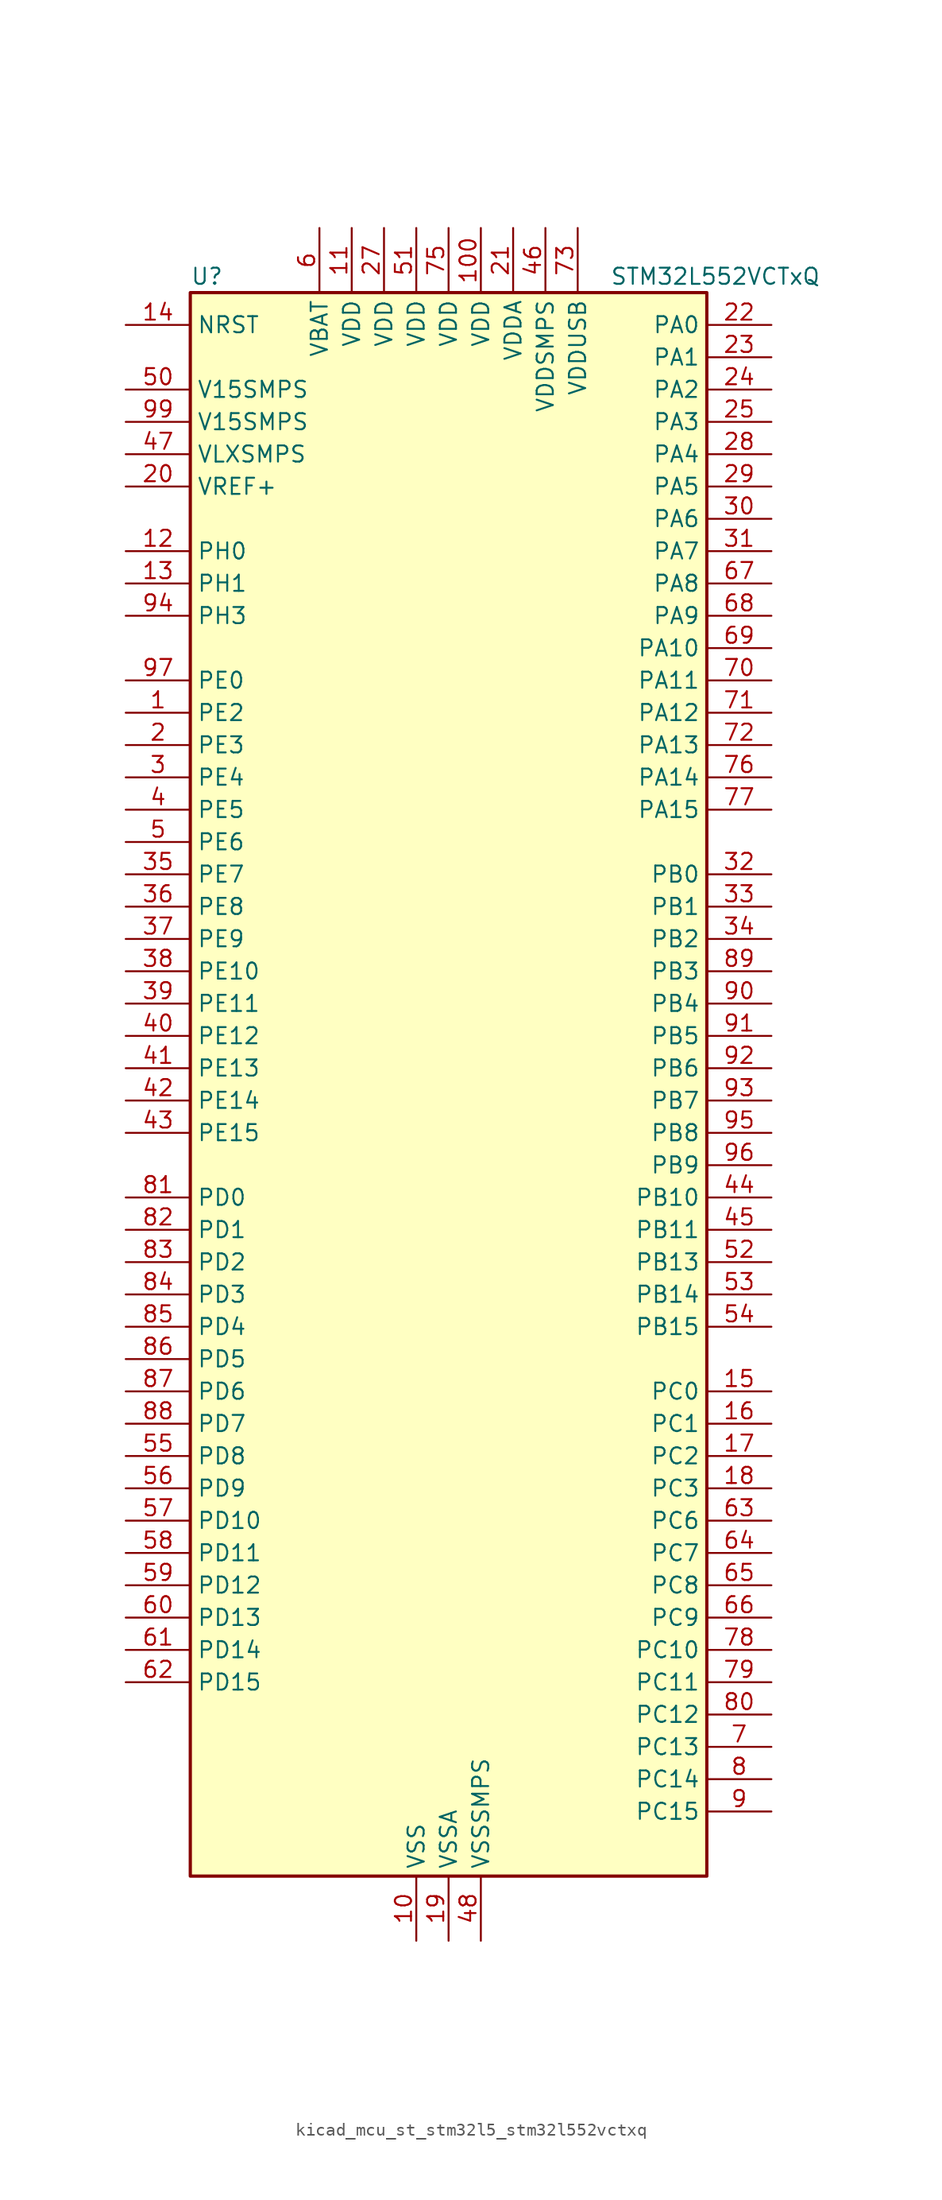
<source format=kicad_sym>
(kicad_symbol_lib
  (version 20220914)
  (generator kicad_symbol_editor)
  (symbol "kicad_mcu_st_stm32l5_stm32l552vctxq"
    (property "Reference" "U"
      (at -20.32 64.77 0)
      (effects (font (size 1.27 1.27)) (justify left)))
    (property "Value" "STM32L552VCTxQ"
      (at 12.7 64.77 0)
      (effects (font (size 1.27 1.27)) (justify left)))
    (property "ki_locked" ""
      (at 0 0 0)
      (effects (font (size 1.27 1.27))))
    (symbol "kicad_mcu_st_stm32l5_stm32l552vctxq_0_1"
      (rectangle (start -20.32 -60.96) (end 20.32 63.5) (stroke (width 0.254) (type default)) (fill (type background))))
    (symbol "kicad_mcu_st_stm32l5_stm32l552vctxq_1_1"
      (pin bidirectional line (at -25.4 30.48 0) (length 5.08) (name "PE2" (effects (font (size 1.27 1.27)))) (number "1" (effects (font (size 1.27 1.27)))) (alternate "DEBUG_TRACECLK" bidirectional line) (alternate "FMC_A23" bidirectional line) (alternate "SAI1_CK1" bidirectional line) (alternate "SAI1_MCLK_A" bidirectional line) (alternate "TIM3_ETR" bidirectional line) (alternate "TSC_G7_IO1" bidirectional line))
      (pin power_in line (at -2.54 -66.04 90) (length 5.08) (name "VSS" (effects (font (size 1.27 1.27)))) (number "10" (effects (font (size 1.27 1.27)))))
      (pin power_in line (at 2.54 68.58 270) (length 5.08) (name "VDD" (effects (font (size 1.27 1.27)))) (number "100" (effects (font (size 1.27 1.27)))))
      (pin power_in line (at -7.62 68.58 270) (length 5.08) (name "VDD" (effects (font (size 1.27 1.27)))) (number "11" (effects (font (size 1.27 1.27)))))
      (pin bidirectional line (at -25.4 43.18 0) (length 5.08) (name "PH0" (effects (font (size 1.27 1.27)))) (number "12" (effects (font (size 1.27 1.27)))) (alternate "RCC_OSC_IN" bidirectional line))
      (pin bidirectional line (at -25.4 40.64 0) (length 5.08) (name "PH1" (effects (font (size 1.27 1.27)))) (number "13" (effects (font (size 1.27 1.27)))) (alternate "RCC_OSC_OUT" bidirectional line))
      (pin input line (at -25.4 60.96 0) (length 5.08) (name "NRST" (effects (font (size 1.27 1.27)))) (number "14" (effects (font (size 1.27 1.27)))))
      (pin bidirectional line (at 25.4 -22.86 180) (length 5.08) (name "PC0" (effects (font (size 1.27 1.27)))) (number "15" (effects (font (size 1.27 1.27)))) (alternate "ADC1_IN1" bidirectional line) (alternate "ADC2_IN1" bidirectional line) (alternate "I2C3_SCL" bidirectional line) (alternate "LPTIM1_IN1" bidirectional line) (alternate "LPTIM2_IN1" bidirectional line) (alternate "LPUART1_RX" bidirectional line) (alternate "OCTOSPI1_IO7" bidirectional line) (alternate "SAI2_FS_A" bidirectional line) (alternate "SDMMC1_D5" bidirectional line))
      (pin bidirectional line (at 25.4 -25.4 180) (length 5.08) (name "PC1" (effects (font (size 1.27 1.27)))) (number "16" (effects (font (size 1.27 1.27)))) (alternate "ADC1_IN2" bidirectional line) (alternate "ADC2_IN2" bidirectional line) (alternate "DEBUG_TRACED0" bidirectional line) (alternate "I2C3_SDA" bidirectional line) (alternate "LPTIM1_OUT" bidirectional line) (alternate "LPUART1_TX" bidirectional line) (alternate "OCTOSPI1_IO4" bidirectional line) (alternate "SAI1_SD_A" bidirectional line) (alternate "SPI2_MOSI" bidirectional line))
      (pin bidirectional line (at 25.4 -27.94 180) (length 5.08) (name "PC2" (effects (font (size 1.27 1.27)))) (number "17" (effects (font (size 1.27 1.27)))) (alternate "ADC1_IN3" bidirectional line) (alternate "ADC2_IN3" bidirectional line) (alternate "DFSDM1_CKOUT" bidirectional line) (alternate "LPTIM1_IN2" bidirectional line) (alternate "OCTOSPI1_IO5" bidirectional line) (alternate "SPI2_MISO" bidirectional line))
      (pin bidirectional line (at 25.4 -30.48 180) (length 5.08) (name "PC3" (effects (font (size 1.27 1.27)))) (number "18" (effects (font (size 1.27 1.27)))) (alternate "ADC1_IN4" bidirectional line) (alternate "ADC2_IN4" bidirectional line) (alternate "LPTIM1_ETR" bidirectional line) (alternate "LPTIM2_ETR" bidirectional line) (alternate "LPTIM3_OUT" bidirectional line) (alternate "OCTOSPI1_IO6" bidirectional line) (alternate "SAI1_D1" bidirectional line) (alternate "SAI1_SD_A" bidirectional line) (alternate "SPI2_MOSI" bidirectional line))
      (pin power_in line (at 0 -66.04 90) (length 5.08) (name "VSSA" (effects (font (size 1.27 1.27)))) (number "19" (effects (font (size 1.27 1.27)))))
      (pin bidirectional line (at -25.4 27.94 0) (length 5.08) (name "PE3" (effects (font (size 1.27 1.27)))) (number "2" (effects (font (size 1.27 1.27)))) (alternate "DEBUG_TRACED0" bidirectional line) (alternate "FMC_A19" bidirectional line) (alternate "OCTOSPI1_DQS" bidirectional line) (alternate "SAI1_SD_B" bidirectional line) (alternate "TIM3_CH1" bidirectional line) (alternate "TSC_G7_IO2" bidirectional line))
      (pin input line (at -25.4 48.26 0) (length 5.08) (name "VREF+" (effects (font (size 1.27 1.27)))) (number "20" (effects (font (size 1.27 1.27)))))
      (pin power_in line (at 5.08 68.58 270) (length 5.08) (name "VDDA" (effects (font (size 1.27 1.27)))) (number "21" (effects (font (size 1.27 1.27)))))
      (pin bidirectional line (at 25.4 60.96 180) (length 5.08) (name "PA0" (effects (font (size 1.27 1.27)))) (number "22" (effects (font (size 1.27 1.27)))) (alternate "ADC1_IN5" bidirectional line) (alternate "ADC2_IN5" bidirectional line) (alternate "OPAMP1_VINP" bidirectional line) (alternate "PWR_WKUP1" bidirectional line) (alternate "SAI1_EXTCLK" bidirectional line) (alternate "TAMP_IN2" bidirectional line) (alternate "TAMP_OUT1" bidirectional line) (alternate "TIM2_CH1" bidirectional line) (alternate "TIM2_ETR" bidirectional line) (alternate "TIM5_CH1" bidirectional line) (alternate "TIM8_ETR" bidirectional line) (alternate "UART4_TX" bidirectional line) (alternate "USART2_CTS" bidirectional line) (alternate "USART2_NSS" bidirectional line))
      (pin bidirectional line (at 25.4 58.42 180) (length 5.08) (name "PA1" (effects (font (size 1.27 1.27)))) (number "23" (effects (font (size 1.27 1.27)))) (alternate "ADC1_IN6" bidirectional line) (alternate "ADC2_IN6" bidirectional line) (alternate "I2C1_SMBA" bidirectional line) (alternate "OCTOSPI1_DQS" bidirectional line) (alternate "OPAMP1_VINM" bidirectional line) (alternate "SPI1_SCK" bidirectional line) (alternate "TAMP_IN5" bidirectional line) (alternate "TAMP_OUT4" bidirectional line) (alternate "TIM15_CH1N" bidirectional line) (alternate "TIM2_CH2" bidirectional line) (alternate "TIM5_CH2" bidirectional line) (alternate "UART4_RX" bidirectional line) (alternate "USART2_DE" bidirectional line) (alternate "USART2_RTS" bidirectional line))
      (pin bidirectional line (at 25.4 55.88 180) (length 5.08) (name "PA2" (effects (font (size 1.27 1.27)))) (number "24" (effects (font (size 1.27 1.27)))) (alternate "ADC1_IN7" bidirectional line) (alternate "ADC2_IN7" bidirectional line) (alternate "COMP1_INP" bidirectional line) (alternate "LPUART1_TX" bidirectional line) (alternate "OCTOSPI1_NCS" bidirectional line) (alternate "PWR_WKUP4" bidirectional line) (alternate "RCC_LSCO" bidirectional line) (alternate "SAI2_EXTCLK" bidirectional line) (alternate "TIM15_CH1" bidirectional line) (alternate "TIM2_CH3" bidirectional line) (alternate "TIM5_CH3" bidirectional line) (alternate "UCPD1_FRSTX1" bidirectional line) (alternate "USART2_TX" bidirectional line))
      (pin bidirectional line (at 25.4 53.34 180) (length 5.08) (name "PA3" (effects (font (size 1.27 1.27)))) (number "25" (effects (font (size 1.27 1.27)))) (alternate "ADC1_IN8" bidirectional line) (alternate "ADC2_IN8" bidirectional line) (alternate "LPUART1_RX" bidirectional line) (alternate "OCTOSPI1_CLK" bidirectional line) (alternate "OPAMP1_VOUT" bidirectional line) (alternate "SAI1_CK1" bidirectional line) (alternate "SAI1_MCLK_A" bidirectional line) (alternate "TIM15_CH2" bidirectional line) (alternate "TIM2_CH4" bidirectional line) (alternate "TIM5_CH4" bidirectional line) (alternate "USART2_RX" bidirectional line))
      (pin passive line (at -2.54 -66.04 90) (length 5.08) hide (name "VSS" (effects (font (size 1.27 1.27)))) (number "26" (effects (font (size 1.27 1.27)))))
      (pin power_in line (at -5.08 68.58 270) (length 5.08) (name "VDD" (effects (font (size 1.27 1.27)))) (number "27" (effects (font (size 1.27 1.27)))))
      (pin bidirectional line (at 25.4 50.8 180) (length 5.08) (name "PA4" (effects (font (size 1.27 1.27)))) (number "28" (effects (font (size 1.27 1.27)))) (alternate "ADC1_IN9" bidirectional line) (alternate "ADC2_IN9" bidirectional line) (alternate "DAC1_OUT1" bidirectional line) (alternate "LPTIM2_OUT" bidirectional line) (alternate "OCTOSPI1_NCS" bidirectional line) (alternate "SAI1_FS_B" bidirectional line) (alternate "SPI1_NSS" bidirectional line) (alternate "SPI3_NSS" bidirectional line) (alternate "USART2_CK" bidirectional line))
      (pin bidirectional line (at 25.4 48.26 180) (length 5.08) (name "PA5" (effects (font (size 1.27 1.27)))) (number "29" (effects (font (size 1.27 1.27)))) (alternate "ADC1_IN10" bidirectional line) (alternate "ADC2_IN10" bidirectional line) (alternate "DAC1_OUT2" bidirectional line) (alternate "LPTIM2_ETR" bidirectional line) (alternate "SPI1_SCK" bidirectional line) (alternate "TIM2_CH1" bidirectional line) (alternate "TIM2_ETR" bidirectional line) (alternate "TIM8_CH1N" bidirectional line))
      (pin bidirectional line (at -25.4 25.4 0) (length 5.08) (name "PE4" (effects (font (size 1.27 1.27)))) (number "3" (effects (font (size 1.27 1.27)))) (alternate "DEBUG_TRACED1" bidirectional line) (alternate "DFSDM1_DATIN3" bidirectional line) (alternate "FMC_A20" bidirectional line) (alternate "SAI1_D2" bidirectional line) (alternate "SAI1_FS_A" bidirectional line) (alternate "TIM3_CH2" bidirectional line) (alternate "TSC_G7_IO3" bidirectional line))
      (pin bidirectional line (at 25.4 45.72 180) (length 5.08) (name "PA6" (effects (font (size 1.27 1.27)))) (number "30" (effects (font (size 1.27 1.27)))) (alternate "ADC1_IN11" bidirectional line) (alternate "ADC2_IN11" bidirectional line) (alternate "LPUART1_CTS" bidirectional line) (alternate "OCTOSPI1_IO3" bidirectional line) (alternate "OPAMP2_VINP" bidirectional line) (alternate "SPI1_MISO" bidirectional line) (alternate "TIM16_CH1" bidirectional line) (alternate "TIM1_BKIN" bidirectional line) (alternate "TIM3_CH1" bidirectional line) (alternate "TIM8_BKIN" bidirectional line) (alternate "USART3_CTS" bidirectional line) (alternate "USART3_NSS" bidirectional line))
      (pin bidirectional line (at 25.4 43.18 180) (length 5.08) (name "PA7" (effects (font (size 1.27 1.27)))) (number "31" (effects (font (size 1.27 1.27)))) (alternate "ADC1_IN12" bidirectional line) (alternate "ADC2_IN12" bidirectional line) (alternate "I2C3_SCL" bidirectional line) (alternate "OCTOSPI1_IO2" bidirectional line) (alternate "OPAMP2_VINM" bidirectional line) (alternate "SPI1_MOSI" bidirectional line) (alternate "TIM17_CH1" bidirectional line) (alternate "TIM1_CH1N" bidirectional line) (alternate "TIM3_CH2" bidirectional line) (alternate "TIM8_CH1N" bidirectional line))
      (pin bidirectional line (at 25.4 17.78 180) (length 5.08) (name "PB0" (effects (font (size 1.27 1.27)))) (number "32" (effects (font (size 1.27 1.27)))) (alternate "ADC1_IN15" bidirectional line) (alternate "ADC2_IN15" bidirectional line) (alternate "COMP1_OUT" bidirectional line) (alternate "OCTOSPI1_IO1" bidirectional line) (alternate "OPAMP2_VOUT" bidirectional line) (alternate "SAI1_EXTCLK" bidirectional line) (alternate "SPI1_NSS" bidirectional line) (alternate "TIM1_CH2N" bidirectional line) (alternate "TIM3_CH3" bidirectional line) (alternate "TIM8_CH2N" bidirectional line) (alternate "USART3_CK" bidirectional line))
      (pin bidirectional line (at 25.4 15.24 180) (length 5.08) (name "PB1" (effects (font (size 1.27 1.27)))) (number "33" (effects (font (size 1.27 1.27)))) (alternate "ADC1_IN16" bidirectional line) (alternate "ADC2_IN16" bidirectional line) (alternate "COMP1_INM" bidirectional line) (alternate "DFSDM1_DATIN0" bidirectional line) (alternate "LPTIM2_IN1" bidirectional line) (alternate "LPUART1_DE" bidirectional line) (alternate "LPUART1_RTS" bidirectional line) (alternate "OCTOSPI1_IO0" bidirectional line) (alternate "TIM1_CH3N" bidirectional line) (alternate "TIM3_CH4" bidirectional line) (alternate "TIM8_CH3N" bidirectional line) (alternate "USART3_DE" bidirectional line) (alternate "USART3_RTS" bidirectional line))
      (pin bidirectional line (at 25.4 12.7 180) (length 5.08) (name "PB2" (effects (font (size 1.27 1.27)))) (number "34" (effects (font (size 1.27 1.27)))) (alternate "COMP1_INP" bidirectional line) (alternate "DFSDM1_CKIN0" bidirectional line) (alternate "I2C3_SMBA" bidirectional line) (alternate "LPTIM1_OUT" bidirectional line) (alternate "OCTOSPI1_DQS" bidirectional line) (alternate "RTC_OUT2" bidirectional line) (alternate "UCPD1_FRSTX1" bidirectional line))
      (pin bidirectional line (at -25.4 17.78 0) (length 5.08) (name "PE7" (effects (font (size 1.27 1.27)))) (number "35" (effects (font (size 1.27 1.27)))) (alternate "DFSDM1_DATIN2" bidirectional line) (alternate "FMC_D4" bidirectional line) (alternate "FMC_DA4" bidirectional line) (alternate "SAI1_SD_B" bidirectional line) (alternate "TIM1_ETR" bidirectional line))
      (pin bidirectional line (at -25.4 15.24 0) (length 5.08) (name "PE8" (effects (font (size 1.27 1.27)))) (number "36" (effects (font (size 1.27 1.27)))) (alternate "DFSDM1_CKIN2" bidirectional line) (alternate "FMC_D5" bidirectional line) (alternate "FMC_DA5" bidirectional line) (alternate "SAI1_SCK_B" bidirectional line) (alternate "TIM1_CH1N" bidirectional line))
      (pin bidirectional line (at -25.4 12.7 0) (length 5.08) (name "PE9" (effects (font (size 1.27 1.27)))) (number "37" (effects (font (size 1.27 1.27)))) (alternate "DAC1_EXTI9" bidirectional line) (alternate "DFSDM1_CKOUT" bidirectional line) (alternate "FMC_D6" bidirectional line) (alternate "FMC_DA6" bidirectional line) (alternate "OCTOSPI1_NCLK" bidirectional line) (alternate "SAI1_FS_B" bidirectional line) (alternate "TIM1_CH1" bidirectional line))
      (pin bidirectional line (at -25.4 10.16 0) (length 5.08) (name "PE10" (effects (font (size 1.27 1.27)))) (number "38" (effects (font (size 1.27 1.27)))) (alternate "FMC_D7" bidirectional line) (alternate "FMC_DA7" bidirectional line) (alternate "OCTOSPI1_CLK" bidirectional line) (alternate "SAI1_MCLK_B" bidirectional line) (alternate "TIM1_CH2N" bidirectional line) (alternate "TSC_G5_IO1" bidirectional line))
      (pin bidirectional line (at -25.4 7.62 0) (length 5.08) (name "PE11" (effects (font (size 1.27 1.27)))) (number "39" (effects (font (size 1.27 1.27)))) (alternate "ADC1_EXTI11" bidirectional line) (alternate "ADC2_EXTI11" bidirectional line) (alternate "FMC_D8" bidirectional line) (alternate "FMC_DA8" bidirectional line) (alternate "OCTOSPI1_NCS" bidirectional line) (alternate "TIM1_CH2" bidirectional line) (alternate "TSC_G5_IO2" bidirectional line))
      (pin bidirectional line (at -25.4 22.86 0) (length 5.08) (name "PE5" (effects (font (size 1.27 1.27)))) (number "4" (effects (font (size 1.27 1.27)))) (alternate "DEBUG_TRACED2" bidirectional line) (alternate "DFSDM1_CKIN3" bidirectional line) (alternate "FMC_A21" bidirectional line) (alternate "SAI1_CK2" bidirectional line) (alternate "SAI1_SCK_A" bidirectional line) (alternate "TIM3_CH3" bidirectional line) (alternate "TSC_G7_IO4" bidirectional line))
      (pin bidirectional line (at -25.4 5.08 0) (length 5.08) (name "PE12" (effects (font (size 1.27 1.27)))) (number "40" (effects (font (size 1.27 1.27)))) (alternate "FMC_D9" bidirectional line) (alternate "FMC_DA9" bidirectional line) (alternate "OCTOSPI1_IO0" bidirectional line) (alternate "SPI1_NSS" bidirectional line) (alternate "TIM1_CH3N" bidirectional line) (alternate "TSC_G5_IO3" bidirectional line))
      (pin bidirectional line (at -25.4 2.54 0) (length 5.08) (name "PE13" (effects (font (size 1.27 1.27)))) (number "41" (effects (font (size 1.27 1.27)))) (alternate "FMC_D10" bidirectional line) (alternate "FMC_DA10" bidirectional line) (alternate "OCTOSPI1_IO1" bidirectional line) (alternate "SPI1_SCK" bidirectional line) (alternate "TIM1_CH3" bidirectional line) (alternate "TSC_G5_IO4" bidirectional line))
      (pin bidirectional line (at -25.4 0 0) (length 5.08) (name "PE14" (effects (font (size 1.27 1.27)))) (number "42" (effects (font (size 1.27 1.27)))) (alternate "FMC_D11" bidirectional line) (alternate "FMC_DA11" bidirectional line) (alternate "OCTOSPI1_IO2" bidirectional line) (alternate "SPI1_MISO" bidirectional line) (alternate "TIM1_BKIN2" bidirectional line) (alternate "TIM1_CH4" bidirectional line))
      (pin bidirectional line (at -25.4 -2.54 0) (length 5.08) (name "PE15" (effects (font (size 1.27 1.27)))) (number "43" (effects (font (size 1.27 1.27)))) (alternate "ADC1_EXTI15" bidirectional line) (alternate "ADC2_EXTI15" bidirectional line) (alternate "FMC_D12" bidirectional line) (alternate "FMC_DA12" bidirectional line) (alternate "OCTOSPI1_IO3" bidirectional line) (alternate "SPI1_MOSI" bidirectional line) (alternate "TIM1_BKIN" bidirectional line))
      (pin bidirectional line (at 25.4 -7.62 180) (length 5.08) (name "PB10" (effects (font (size 1.27 1.27)))) (number "44" (effects (font (size 1.27 1.27)))) (alternate "COMP1_OUT" bidirectional line) (alternate "I2C2_SCL" bidirectional line) (alternate "I2C4_SCL" bidirectional line) (alternate "LPTIM3_OUT" bidirectional line) (alternate "LPUART1_RX" bidirectional line) (alternate "OCTOSPI1_CLK" bidirectional line) (alternate "SAI1_SCK_A" bidirectional line) (alternate "SPI2_SCK" bidirectional line) (alternate "TIM2_CH3" bidirectional line) (alternate "TSC_SYNC" bidirectional line) (alternate "USART3_TX" bidirectional line))
      (pin bidirectional line (at 25.4 -10.16 180) (length 5.08) (name "PB11" (effects (font (size 1.27 1.27)))) (number "45" (effects (font (size 1.27 1.27)))) (alternate "ADC1_EXTI11" bidirectional line) (alternate "ADC2_EXTI11" bidirectional line) (alternate "COMP2_OUT" bidirectional line) (alternate "I2C2_SDA" bidirectional line) (alternate "I2C4_SDA" bidirectional line) (alternate "LPUART1_TX" bidirectional line) (alternate "OCTOSPI1_NCS" bidirectional line) (alternate "TIM2_CH4" bidirectional line) (alternate "USART3_RX" bidirectional line))
      (pin power_in line (at 7.62 68.58 270) (length 5.08) (name "VDDSMPS" (effects (font (size 1.27 1.27)))) (number "46" (effects (font (size 1.27 1.27)))))
      (pin power_in line (at -25.4 50.8 0) (length 5.08) (name "VLXSMPS" (effects (font (size 1.27 1.27)))) (number "47" (effects (font (size 1.27 1.27)))))
      (pin power_in line (at 2.54 -66.04 90) (length 5.08) (name "VSSSMPS" (effects (font (size 1.27 1.27)))) (number "48" (effects (font (size 1.27 1.27)))))
      (pin passive line (at -2.54 -66.04 90) (length 5.08) hide (name "VSS" (effects (font (size 1.27 1.27)))) (number "49" (effects (font (size 1.27 1.27)))))
      (pin bidirectional line (at -25.4 20.32 0) (length 5.08) (name "PE6" (effects (font (size 1.27 1.27)))) (number "5" (effects (font (size 1.27 1.27)))) (alternate "DEBUG_TRACED3" bidirectional line) (alternate "FMC_A22" bidirectional line) (alternate "PWR_WKUP3" bidirectional line) (alternate "SAI1_D1" bidirectional line) (alternate "SAI1_SD_A" bidirectional line) (alternate "TAMP_IN3" bidirectional line) (alternate "TAMP_OUT6" bidirectional line) (alternate "TIM3_CH4" bidirectional line))
      (pin power_in line (at -25.4 55.88 0) (length 5.08) (name "V15SMPS" (effects (font (size 1.27 1.27)))) (number "50" (effects (font (size 1.27 1.27)))))
      (pin power_in line (at -2.54 68.58 270) (length 5.08) (name "VDD" (effects (font (size 1.27 1.27)))) (number "51" (effects (font (size 1.27 1.27)))))
      (pin bidirectional line (at 25.4 -12.7 180) (length 5.08) (name "PB13" (effects (font (size 1.27 1.27)))) (number "52" (effects (font (size 1.27 1.27)))) (alternate "DFSDM1_CKIN1" bidirectional line) (alternate "I2C2_SCL" bidirectional line) (alternate "LPTIM3_IN1" bidirectional line) (alternate "LPUART1_CTS" bidirectional line) (alternate "SAI2_SCK_A" bidirectional line) (alternate "SPI2_SCK" bidirectional line) (alternate "TIM15_CH1N" bidirectional line) (alternate "TIM1_CH1N" bidirectional line) (alternate "TSC_G1_IO2" bidirectional line) (alternate "UCPD1_FRSTX2" bidirectional line) (alternate "USART3_CTS" bidirectional line) (alternate "USART3_NSS" bidirectional line))
      (pin bidirectional line (at 25.4 -15.24 180) (length 5.08) (name "PB14" (effects (font (size 1.27 1.27)))) (number "53" (effects (font (size 1.27 1.27)))) (alternate "DFSDM1_DATIN2" bidirectional line) (alternate "I2C2_SDA" bidirectional line) (alternate "LPTIM3_ETR" bidirectional line) (alternate "SAI2_MCLK_A" bidirectional line) (alternate "SPI2_MISO" bidirectional line) (alternate "TIM15_CH1" bidirectional line) (alternate "TIM1_CH2N" bidirectional line) (alternate "TIM8_CH2N" bidirectional line) (alternate "TSC_G1_IO3" bidirectional line) (alternate "UCPD1_DBCC2" bidirectional line) (alternate "USART3_DE" bidirectional line) (alternate "USART3_RTS" bidirectional line))
      (pin bidirectional line (at 25.4 -17.78 180) (length 5.08) (name "PB15" (effects (font (size 1.27 1.27)))) (number "54" (effects (font (size 1.27 1.27)))) (alternate "ADC1_EXTI15" bidirectional line) (alternate "ADC2_EXTI15" bidirectional line) (alternate "DFSDM1_CKIN2" bidirectional line) (alternate "RTC_REFIN" bidirectional line) (alternate "SAI2_SD_A" bidirectional line) (alternate "SPI2_MOSI" bidirectional line) (alternate "TIM15_CH2" bidirectional line) (alternate "TIM1_CH3N" bidirectional line) (alternate "TIM8_CH3N" bidirectional line) (alternate "UCPD1_CC2" bidirectional line))
      (pin bidirectional line (at -25.4 -27.94 0) (length 5.08) (name "PD8" (effects (font (size 1.27 1.27)))) (number "55" (effects (font (size 1.27 1.27)))) (alternate "FMC_D13" bidirectional line) (alternate "FMC_DA13" bidirectional line) (alternate "USART3_TX" bidirectional line))
      (pin bidirectional line (at -25.4 -30.48 0) (length 5.08) (name "PD9" (effects (font (size 1.27 1.27)))) (number "56" (effects (font (size 1.27 1.27)))) (alternate "DAC1_EXTI9" bidirectional line) (alternate "FMC_D14" bidirectional line) (alternate "FMC_DA14" bidirectional line) (alternate "SAI2_MCLK_A" bidirectional line) (alternate "USART3_RX" bidirectional line))
      (pin bidirectional line (at -25.4 -33.02 0) (length 5.08) (name "PD10" (effects (font (size 1.27 1.27)))) (number "57" (effects (font (size 1.27 1.27)))) (alternate "FMC_D15" bidirectional line) (alternate "FMC_DA15" bidirectional line) (alternate "SAI2_SCK_A" bidirectional line) (alternate "TSC_G6_IO1" bidirectional line) (alternate "USART3_CK" bidirectional line))
      (pin bidirectional line (at -25.4 -35.56 0) (length 5.08) (name "PD11" (effects (font (size 1.27 1.27)))) (number "58" (effects (font (size 1.27 1.27)))) (alternate "ADC1_EXTI11" bidirectional line) (alternate "ADC2_EXTI11" bidirectional line) (alternate "FMC_A16" bidirectional line) (alternate "FMC_CLE" bidirectional line) (alternate "I2C4_SMBA" bidirectional line) (alternate "LPTIM2_ETR" bidirectional line) (alternate "SAI2_SD_A" bidirectional line) (alternate "TSC_G6_IO2" bidirectional line) (alternate "USART3_CTS" bidirectional line) (alternate "USART3_NSS" bidirectional line))
      (pin bidirectional line (at -25.4 -38.1 0) (length 5.08) (name "PD12" (effects (font (size 1.27 1.27)))) (number "59" (effects (font (size 1.27 1.27)))) (alternate "FMC_A17" bidirectional line) (alternate "FMC_ALE" bidirectional line) (alternate "I2C4_SCL" bidirectional line) (alternate "LPTIM2_IN1" bidirectional line) (alternate "SAI2_FS_A" bidirectional line) (alternate "TIM4_CH1" bidirectional line) (alternate "TSC_G6_IO3" bidirectional line) (alternate "USART3_DE" bidirectional line) (alternate "USART3_RTS" bidirectional line))
      (pin power_in line (at -10.16 68.58 270) (length 5.08) (name "VBAT" (effects (font (size 1.27 1.27)))) (number "6" (effects (font (size 1.27 1.27)))))
      (pin bidirectional line (at -25.4 -40.64 0) (length 5.08) (name "PD13" (effects (font (size 1.27 1.27)))) (number "60" (effects (font (size 1.27 1.27)))) (alternate "FMC_A18" bidirectional line) (alternate "I2C4_SDA" bidirectional line) (alternate "LPTIM2_OUT" bidirectional line) (alternate "TIM4_CH2" bidirectional line) (alternate "TSC_G6_IO4" bidirectional line))
      (pin bidirectional line (at -25.4 -43.18 0) (length 5.08) (name "PD14" (effects (font (size 1.27 1.27)))) (number "61" (effects (font (size 1.27 1.27)))) (alternate "FMC_D0" bidirectional line) (alternate "FMC_DA0" bidirectional line) (alternate "TIM4_CH3" bidirectional line))
      (pin bidirectional line (at -25.4 -45.72 0) (length 5.08) (name "PD15" (effects (font (size 1.27 1.27)))) (number "62" (effects (font (size 1.27 1.27)))) (alternate "ADC1_EXTI15" bidirectional line) (alternate "ADC2_EXTI15" bidirectional line) (alternate "FMC_D1" bidirectional line) (alternate "FMC_DA1" bidirectional line) (alternate "TIM4_CH4" bidirectional line))
      (pin bidirectional line (at 25.4 -33.02 180) (length 5.08) (name "PC6" (effects (font (size 1.27 1.27)))) (number "63" (effects (font (size 1.27 1.27)))) (alternate "DFSDM1_CKIN3" bidirectional line) (alternate "SAI2_MCLK_A" bidirectional line) (alternate "SDMMC1_D0DIR" bidirectional line) (alternate "SDMMC1_D6" bidirectional line) (alternate "TIM3_CH1" bidirectional line) (alternate "TIM8_CH1" bidirectional line) (alternate "TSC_G4_IO1" bidirectional line))
      (pin bidirectional line (at 25.4 -35.56 180) (length 5.08) (name "PC7" (effects (font (size 1.27 1.27)))) (number "64" (effects (font (size 1.27 1.27)))) (alternate "DFSDM1_DATIN3" bidirectional line) (alternate "SAI2_MCLK_B" bidirectional line) (alternate "SDMMC1_D123DIR" bidirectional line) (alternate "SDMMC1_D7" bidirectional line) (alternate "TIM3_CH2" bidirectional line) (alternate "TIM8_CH2" bidirectional line) (alternate "TSC_G4_IO2" bidirectional line))
      (pin bidirectional line (at 25.4 -38.1 180) (length 5.08) (name "PC8" (effects (font (size 1.27 1.27)))) (number "65" (effects (font (size 1.27 1.27)))) (alternate "SDMMC1_D0" bidirectional line) (alternate "TIM3_CH3" bidirectional line) (alternate "TIM8_CH3" bidirectional line) (alternate "TSC_G4_IO3" bidirectional line))
      (pin bidirectional line (at 25.4 -40.64 180) (length 5.08) (name "PC9" (effects (font (size 1.27 1.27)))) (number "66" (effects (font (size 1.27 1.27)))) (alternate "DAC1_EXTI9" bidirectional line) (alternate "DEBUG_TRACED0" bidirectional line) (alternate "SAI2_EXTCLK" bidirectional line) (alternate "SDMMC1_D1" bidirectional line) (alternate "TIM3_CH4" bidirectional line) (alternate "TIM8_BKIN2" bidirectional line) (alternate "TIM8_CH4" bidirectional line) (alternate "TSC_G4_IO4" bidirectional line) (alternate "USB_NOE" bidirectional line))
      (pin bidirectional line (at 25.4 40.64 180) (length 5.08) (name "PA8" (effects (font (size 1.27 1.27)))) (number "67" (effects (font (size 1.27 1.27)))) (alternate "LPTIM2_OUT" bidirectional line) (alternate "RCC_MCO" bidirectional line) (alternate "SAI1_CK2" bidirectional line) (alternate "SAI1_SCK_A" bidirectional line) (alternate "TIM1_CH1" bidirectional line) (alternate "USART1_CK" bidirectional line))
      (pin bidirectional line (at 25.4 38.1 180) (length 5.08) (name "PA9" (effects (font (size 1.27 1.27)))) (number "68" (effects (font (size 1.27 1.27)))) (alternate "DAC1_EXTI9" bidirectional line) (alternate "SAI1_FS_A" bidirectional line) (alternate "SPI2_SCK" bidirectional line) (alternate "TIM15_BKIN" bidirectional line) (alternate "TIM1_CH2" bidirectional line) (alternate "USART1_TX" bidirectional line))
      (pin bidirectional line (at 25.4 35.56 180) (length 5.08) (name "PA10" (effects (font (size 1.27 1.27)))) (number "69" (effects (font (size 1.27 1.27)))) (alternate "CRS_SYNC" bidirectional line) (alternate "SAI1_D1" bidirectional line) (alternate "SAI1_SD_A" bidirectional line) (alternate "TIM17_BKIN" bidirectional line) (alternate "TIM1_CH3" bidirectional line) (alternate "USART1_RX" bidirectional line))
      (pin bidirectional line (at 25.4 -50.8 180) (length 5.08) (name "PC13" (effects (font (size 1.27 1.27)))) (number "7" (effects (font (size 1.27 1.27)))) (alternate "PWR_WKUP2" bidirectional line) (alternate "RTC_OUT1" bidirectional line) (alternate "RTC_TS" bidirectional line) (alternate "TAMP_IN1" bidirectional line) (alternate "TAMP_OUT2" bidirectional line))
      (pin bidirectional line (at 25.4 33.02 180) (length 5.08) (name "PA11" (effects (font (size 1.27 1.27)))) (number "70" (effects (font (size 1.27 1.27)))) (alternate "ADC1_EXTI11" bidirectional line) (alternate "ADC2_EXTI11" bidirectional line) (alternate "FDCAN1_RX" bidirectional line) (alternate "SPI1_MISO" bidirectional line) (alternate "TIM1_BKIN2" bidirectional line) (alternate "TIM1_CH4" bidirectional line) (alternate "USART1_CTS" bidirectional line) (alternate "USART1_NSS" bidirectional line) (alternate "USB_DM" bidirectional line))
      (pin bidirectional line (at 25.4 30.48 180) (length 5.08) (name "PA12" (effects (font (size 1.27 1.27)))) (number "71" (effects (font (size 1.27 1.27)))) (alternate "FDCAN1_TX" bidirectional line) (alternate "SPI1_MOSI" bidirectional line) (alternate "TIM1_ETR" bidirectional line) (alternate "USART1_DE" bidirectional line) (alternate "USART1_RTS" bidirectional line) (alternate "USB_DP" bidirectional line))
      (pin bidirectional line (at 25.4 27.94 180) (length 5.08) (name "PA13" (effects (font (size 1.27 1.27)))) (number "72" (effects (font (size 1.27 1.27)))) (alternate "DEBUG_JTMS-SWDIO" bidirectional line) (alternate "IR_OUT" bidirectional line) (alternate "SAI1_SD_B" bidirectional line) (alternate "USB_NOE" bidirectional line))
      (pin power_in line (at 10.16 68.58 270) (length 5.08) (name "VDDUSB" (effects (font (size 1.27 1.27)))) (number "73" (effects (font (size 1.27 1.27)))))
      (pin passive line (at -2.54 -66.04 90) (length 5.08) hide (name "VSS" (effects (font (size 1.27 1.27)))) (number "74" (effects (font (size 1.27 1.27)))))
      (pin power_in line (at 0 68.58 270) (length 5.08) (name "VDD" (effects (font (size 1.27 1.27)))) (number "75" (effects (font (size 1.27 1.27)))))
      (pin bidirectional line (at 25.4 25.4 180) (length 5.08) (name "PA14" (effects (font (size 1.27 1.27)))) (number "76" (effects (font (size 1.27 1.27)))) (alternate "DEBUG_JTCK-SWCLK" bidirectional line) (alternate "I2C1_SMBA" bidirectional line) (alternate "I2C4_SMBA" bidirectional line) (alternate "LPTIM1_OUT" bidirectional line) (alternate "SAI1_FS_B" bidirectional line))
      (pin bidirectional line (at 25.4 22.86 180) (length 5.08) (name "PA15" (effects (font (size 1.27 1.27)))) (number "77" (effects (font (size 1.27 1.27)))) (alternate "ADC1_EXTI15" bidirectional line) (alternate "ADC2_EXTI15" bidirectional line) (alternate "DEBUG_JTDI" bidirectional line) (alternate "SAI2_FS_B" bidirectional line) (alternate "SPI1_NSS" bidirectional line) (alternate "SPI3_NSS" bidirectional line) (alternate "TIM2_CH1" bidirectional line) (alternate "TIM2_ETR" bidirectional line) (alternate "UART4_DE" bidirectional line) (alternate "UART4_RTS" bidirectional line) (alternate "UCPD1_CC1" bidirectional line) (alternate "USART2_RX" bidirectional line) (alternate "USART3_DE" bidirectional line) (alternate "USART3_RTS" bidirectional line))
      (pin bidirectional line (at 25.4 -43.18 180) (length 5.08) (name "PC10" (effects (font (size 1.27 1.27)))) (number "78" (effects (font (size 1.27 1.27)))) (alternate "DEBUG_TRACED1" bidirectional line) (alternate "LPTIM3_ETR" bidirectional line) (alternate "SAI2_SCK_B" bidirectional line) (alternate "SDMMC1_D2" bidirectional line) (alternate "SPI3_SCK" bidirectional line) (alternate "TSC_G3_IO2" bidirectional line) (alternate "UART4_TX" bidirectional line) (alternate "USART3_TX" bidirectional line))
      (pin bidirectional line (at 25.4 -45.72 180) (length 5.08) (name "PC11" (effects (font (size 1.27 1.27)))) (number "79" (effects (font (size 1.27 1.27)))) (alternate "ADC1_EXTI11" bidirectional line) (alternate "ADC2_EXTI11" bidirectional line) (alternate "LPTIM3_IN1" bidirectional line) (alternate "OCTOSPI1_NCS" bidirectional line) (alternate "SAI2_MCLK_B" bidirectional line) (alternate "SDMMC1_D3" bidirectional line) (alternate "SPI3_MISO" bidirectional line) (alternate "TSC_G3_IO3" bidirectional line) (alternate "UART4_RX" bidirectional line) (alternate "UCPD1_FRSTX2" bidirectional line) (alternate "USART3_RX" bidirectional line))
      (pin bidirectional line (at 25.4 -53.34 180) (length 5.08) (name "PC14" (effects (font (size 1.27 1.27)))) (number "8" (effects (font (size 1.27 1.27)))) (alternate "RCC_OSC32_IN" bidirectional line))
      (pin bidirectional line (at 25.4 -48.26 180) (length 5.08) (name "PC12" (effects (font (size 1.27 1.27)))) (number "80" (effects (font (size 1.27 1.27)))) (alternate "DEBUG_TRACED3" bidirectional line) (alternate "SAI2_SD_B" bidirectional line) (alternate "SDMMC1_CK" bidirectional line) (alternate "SPI3_MOSI" bidirectional line) (alternate "TSC_G3_IO4" bidirectional line) (alternate "UART5_TX" bidirectional line) (alternate "USART3_CK" bidirectional line))
      (pin bidirectional line (at -25.4 -7.62 0) (length 5.08) (name "PD0" (effects (font (size 1.27 1.27)))) (number "81" (effects (font (size 1.27 1.27)))) (alternate "FDCAN1_RX" bidirectional line) (alternate "FMC_D2" bidirectional line) (alternate "FMC_DA2" bidirectional line) (alternate "SPI2_NSS" bidirectional line))
      (pin bidirectional line (at -25.4 -10.16 0) (length 5.08) (name "PD1" (effects (font (size 1.27 1.27)))) (number "82" (effects (font (size 1.27 1.27)))) (alternate "FDCAN1_TX" bidirectional line) (alternate "FMC_D3" bidirectional line) (alternate "FMC_DA3" bidirectional line) (alternate "SPI2_SCK" bidirectional line))
      (pin bidirectional line (at -25.4 -12.7 0) (length 5.08) (name "PD2" (effects (font (size 1.27 1.27)))) (number "83" (effects (font (size 1.27 1.27)))) (alternate "DEBUG_TRACED2" bidirectional line) (alternate "SDMMC1_CMD" bidirectional line) (alternate "TIM3_ETR" bidirectional line) (alternate "TSC_SYNC" bidirectional line) (alternate "UART5_RX" bidirectional line) (alternate "USART3_DE" bidirectional line) (alternate "USART3_RTS" bidirectional line))
      (pin bidirectional line (at -25.4 -15.24 0) (length 5.08) (name "PD3" (effects (font (size 1.27 1.27)))) (number "84" (effects (font (size 1.27 1.27)))) (alternate "DFSDM1_DATIN0" bidirectional line) (alternate "FMC_CLK" bidirectional line) (alternate "SPI2_MISO" bidirectional line) (alternate "SPI2_SCK" bidirectional line) (alternate "USART2_CTS" bidirectional line) (alternate "USART2_NSS" bidirectional line))
      (pin bidirectional line (at -25.4 -17.78 0) (length 5.08) (name "PD4" (effects (font (size 1.27 1.27)))) (number "85" (effects (font (size 1.27 1.27)))) (alternate "DFSDM1_CKIN0" bidirectional line) (alternate "FMC_NOE" bidirectional line) (alternate "OCTOSPI1_IO4" bidirectional line) (alternate "SPI2_MOSI" bidirectional line) (alternate "USART2_DE" bidirectional line) (alternate "USART2_RTS" bidirectional line))
      (pin bidirectional line (at -25.4 -20.32 0) (length 5.08) (name "PD5" (effects (font (size 1.27 1.27)))) (number "86" (effects (font (size 1.27 1.27)))) (alternate "FMC_NWE" bidirectional line) (alternate "OCTOSPI1_IO5" bidirectional line) (alternate "USART2_TX" bidirectional line))
      (pin bidirectional line (at -25.4 -22.86 0) (length 5.08) (name "PD6" (effects (font (size 1.27 1.27)))) (number "87" (effects (font (size 1.27 1.27)))) (alternate "DFSDM1_DATIN1" bidirectional line) (alternate "FMC_NWAIT" bidirectional line) (alternate "OCTOSPI1_IO6" bidirectional line) (alternate "SAI1_D1" bidirectional line) (alternate "SAI1_SD_A" bidirectional line) (alternate "SPI3_MOSI" bidirectional line) (alternate "USART2_RX" bidirectional line))
      (pin bidirectional line (at -25.4 -25.4 0) (length 5.08) (name "PD7" (effects (font (size 1.27 1.27)))) (number "88" (effects (font (size 1.27 1.27)))) (alternate "DFSDM1_CKIN1" bidirectional line) (alternate "FMC_NCE" bidirectional line) (alternate "FMC_NE1" bidirectional line) (alternate "OCTOSPI1_IO7" bidirectional line) (alternate "USART2_CK" bidirectional line))
      (pin bidirectional line (at 25.4 10.16 180) (length 5.08) (name "PB3" (effects (font (size 1.27 1.27)))) (number "89" (effects (font (size 1.27 1.27)))) (alternate "COMP2_INM" bidirectional line) (alternate "CRS_SYNC" bidirectional line) (alternate "DEBUG_JTDO-SWO" bidirectional line) (alternate "SAI1_SCK_B" bidirectional line) (alternate "SPI1_SCK" bidirectional line) (alternate "SPI3_SCK" bidirectional line) (alternate "TIM2_CH2" bidirectional line) (alternate "USART1_DE" bidirectional line) (alternate "USART1_RTS" bidirectional line))
      (pin bidirectional line (at 25.4 -55.88 180) (length 5.08) (name "PC15" (effects (font (size 1.27 1.27)))) (number "9" (effects (font (size 1.27 1.27)))) (alternate "ADC1_EXTI15" bidirectional line) (alternate "ADC2_EXTI15" bidirectional line) (alternate "RCC_OSC32_OUT" bidirectional line))
      (pin bidirectional line (at 25.4 7.62 180) (length 5.08) (name "PB4" (effects (font (size 1.27 1.27)))) (number "90" (effects (font (size 1.27 1.27)))) (alternate "COMP2_INP" bidirectional line) (alternate "DEBUG_JTRST" bidirectional line) (alternate "I2C3_SDA" bidirectional line) (alternate "SAI1_MCLK_B" bidirectional line) (alternate "SPI1_MISO" bidirectional line) (alternate "SPI3_MISO" bidirectional line) (alternate "TIM17_BKIN" bidirectional line) (alternate "TIM3_CH1" bidirectional line) (alternate "TSC_G2_IO1" bidirectional line) (alternate "UART5_DE" bidirectional line) (alternate "UART5_RTS" bidirectional line) (alternate "USART1_CTS" bidirectional line) (alternate "USART1_NSS" bidirectional line))
      (pin bidirectional line (at 25.4 5.08 180) (length 5.08) (name "PB5" (effects (font (size 1.27 1.27)))) (number "91" (effects (font (size 1.27 1.27)))) (alternate "COMP2_OUT" bidirectional line) (alternate "I2C1_SMBA" bidirectional line) (alternate "LPTIM1_IN1" bidirectional line) (alternate "OCTOSPI1_NCLK" bidirectional line) (alternate "SAI1_SD_B" bidirectional line) (alternate "SPI1_MOSI" bidirectional line) (alternate "SPI3_MOSI" bidirectional line) (alternate "TIM16_BKIN" bidirectional line) (alternate "TIM3_CH2" bidirectional line) (alternate "TSC_G2_IO2" bidirectional line) (alternate "UART5_CTS" bidirectional line) (alternate "UCPD1_DBCC1" bidirectional line) (alternate "USART1_CK" bidirectional line))
      (pin bidirectional line (at 25.4 2.54 180) (length 5.08) (name "PB6" (effects (font (size 1.27 1.27)))) (number "92" (effects (font (size 1.27 1.27)))) (alternate "COMP2_INP" bidirectional line) (alternate "I2C1_SCL" bidirectional line) (alternate "I2C4_SCL" bidirectional line) (alternate "LPTIM1_ETR" bidirectional line) (alternate "SAI1_FS_B" bidirectional line) (alternate "TIM16_CH1N" bidirectional line) (alternate "TIM4_CH1" bidirectional line) (alternate "TIM8_BKIN2" bidirectional line) (alternate "TSC_G2_IO3" bidirectional line) (alternate "USART1_TX" bidirectional line))
      (pin bidirectional line (at 25.4 0 180) (length 5.08) (name "PB7" (effects (font (size 1.27 1.27)))) (number "93" (effects (font (size 1.27 1.27)))) (alternate "COMP2_INM" bidirectional line) (alternate "FMC_NL" bidirectional line) (alternate "I2C1_SDA" bidirectional line) (alternate "I2C4_SDA" bidirectional line) (alternate "LPTIM1_IN2" bidirectional line) (alternate "PWR_PVD_IN" bidirectional line) (alternate "TIM17_CH1N" bidirectional line) (alternate "TIM4_CH2" bidirectional line) (alternate "TIM8_BKIN" bidirectional line) (alternate "TSC_G2_IO4" bidirectional line) (alternate "UART4_CTS" bidirectional line) (alternate "USART1_RX" bidirectional line))
      (pin bidirectional line (at -25.4 38.1 0) (length 5.08) (name "PH3" (effects (font (size 1.27 1.27)))) (number "94" (effects (font (size 1.27 1.27)))))
      (pin bidirectional line (at 25.4 -2.54 180) (length 5.08) (name "PB8" (effects (font (size 1.27 1.27)))) (number "95" (effects (font (size 1.27 1.27)))) (alternate "DFSDM1_CKOUT" bidirectional line) (alternate "FDCAN1_RX" bidirectional line) (alternate "I2C1_SCL" bidirectional line) (alternate "SAI1_CK1" bidirectional line) (alternate "SAI1_MCLK_A" bidirectional line) (alternate "SDMMC1_CKIN" bidirectional line) (alternate "SDMMC1_D4" bidirectional line) (alternate "TIM16_CH1" bidirectional line) (alternate "TIM4_CH3" bidirectional line))
      (pin bidirectional line (at 25.4 -5.08 180) (length 5.08) (name "PB9" (effects (font (size 1.27 1.27)))) (number "96" (effects (font (size 1.27 1.27)))) (alternate "DAC1_EXTI9" bidirectional line) (alternate "FDCAN1_TX" bidirectional line) (alternate "I2C1_SDA" bidirectional line) (alternate "IR_OUT" bidirectional line) (alternate "SAI1_D2" bidirectional line) (alternate "SAI1_FS_A" bidirectional line) (alternate "SDMMC1_CDIR" bidirectional line) (alternate "SDMMC1_D5" bidirectional line) (alternate "SPI2_NSS" bidirectional line) (alternate "TIM17_CH1" bidirectional line) (alternate "TIM4_CH4" bidirectional line))
      (pin bidirectional line (at -25.4 33.02 0) (length 5.08) (name "PE0" (effects (font (size 1.27 1.27)))) (number "97" (effects (font (size 1.27 1.27)))) (alternate "FMC_NBL0" bidirectional line) (alternate "TIM16_CH1" bidirectional line) (alternate "TIM4_ETR" bidirectional line))
      (pin passive line (at -2.54 -66.04 90) (length 5.08) hide (name "VSS" (effects (font (size 1.27 1.27)))) (number "98" (effects (font (size 1.27 1.27)))))
      (pin power_in line (at -25.4 53.34 0) (length 5.08) (name "V15SMPS" (effects (font (size 1.27 1.27)))) (number "99" (effects (font (size 1.27 1.27))))))))
</source>
